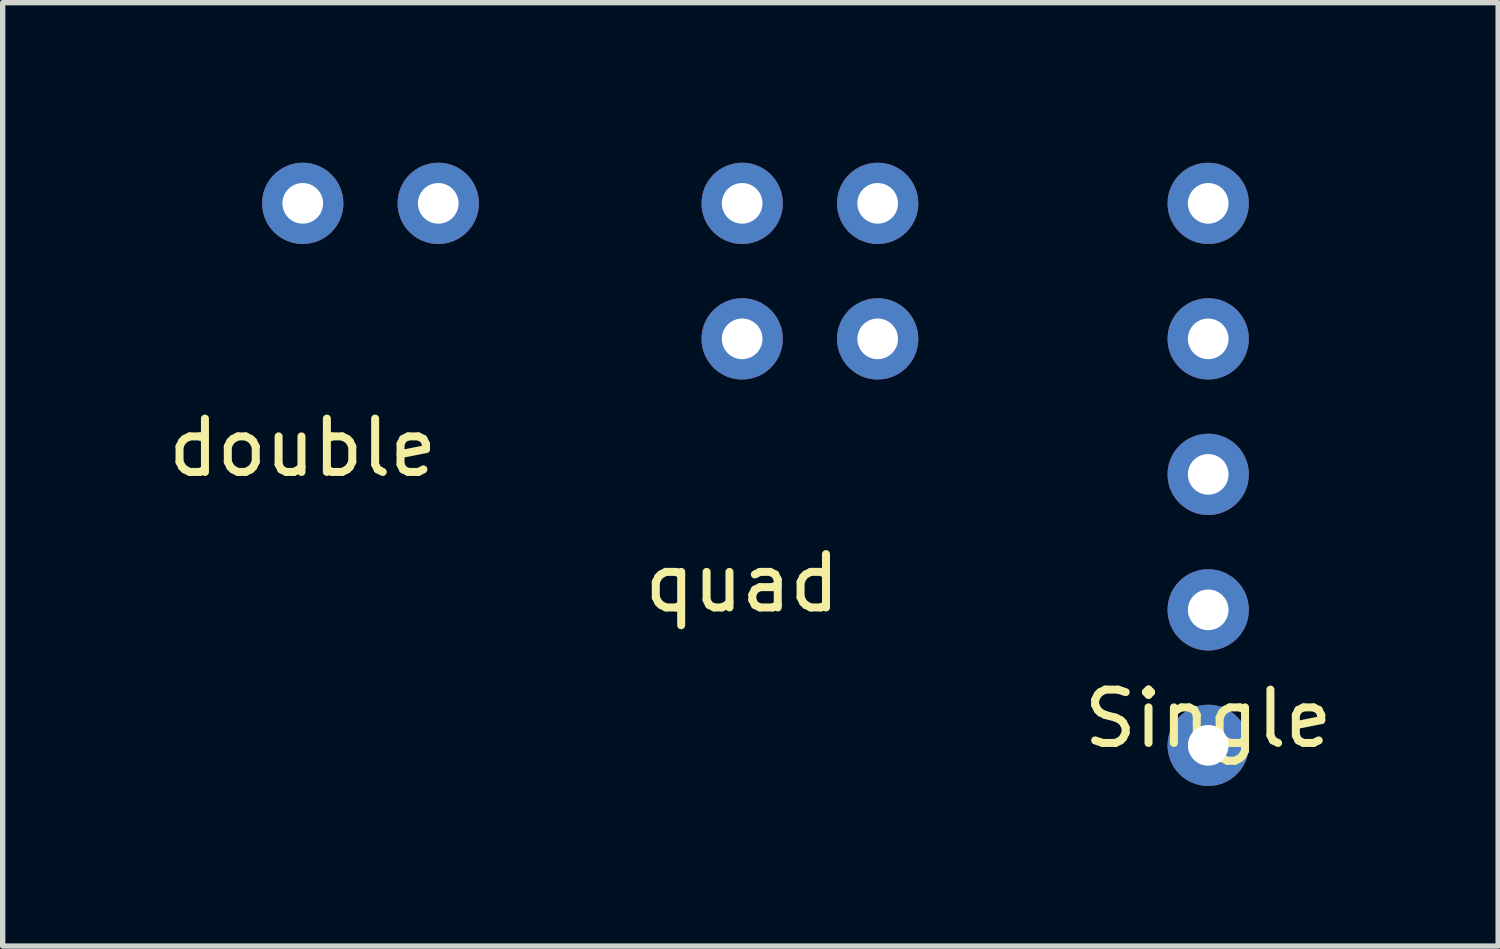
<source format=kicad_pcb>
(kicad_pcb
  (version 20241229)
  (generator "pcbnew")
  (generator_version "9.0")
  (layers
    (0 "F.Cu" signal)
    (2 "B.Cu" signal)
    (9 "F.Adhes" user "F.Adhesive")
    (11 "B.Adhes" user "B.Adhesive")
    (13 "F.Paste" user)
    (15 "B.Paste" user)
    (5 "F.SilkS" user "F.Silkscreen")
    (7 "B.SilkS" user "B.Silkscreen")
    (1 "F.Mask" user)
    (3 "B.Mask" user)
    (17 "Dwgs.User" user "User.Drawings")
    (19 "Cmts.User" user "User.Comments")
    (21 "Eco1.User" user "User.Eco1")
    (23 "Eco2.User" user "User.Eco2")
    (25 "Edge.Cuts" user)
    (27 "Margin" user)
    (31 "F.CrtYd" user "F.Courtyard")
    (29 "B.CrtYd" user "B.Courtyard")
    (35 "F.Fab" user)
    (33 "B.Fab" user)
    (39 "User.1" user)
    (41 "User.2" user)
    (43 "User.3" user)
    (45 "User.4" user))
  (footprint "quad"
    (layer "F.Cu")
    (at 10.862 8.382)
    (property "Reference" "quad" (at 0 -0.5 0) (unlocked yes) (layer "F.SilkS") (effects (font (size 1 1) (thickness 0.15))))
    (attr through_hole)
    (pad "1" thru_hole circle (at 0 -5.08 90) (size 1.524 1.524) (drill 0.762) (layers "*.Cu" "*.Mask"))
    (pad "1" thru_hole circle (at 2.54 -5.08 90) (size 1.524 1.524) (drill 0.762) (layers "*.Cu" "*.Mask"))
    (pad "2" thru_hole circle (at 0 -7.62 90) (size 1.524 1.524) (drill 0.762) (layers "*.Cu" "*.Mask"))
    (pad "2" thru_hole circle (at 2.54 -7.62 90) (size 1.524 1.524) (drill 0.762) (layers "*.Cu" "*.Mask")))
  (footprint "Single"
    (layer "F.Cu")
    (at 19.598 10.922)
    (property "Reference" "Single" (at 0 -0.5 0) (unlocked yes) (layer "F.SilkS") (effects (font (size 1 1) (thickness 0.15))))
    (attr through_hole)
    (pad "1" thru_hole circle (at 0 0 90) (size 1.524 1.524) (drill 0.762) (layers "*.Cu" "*.Mask"))
    (pad "2" thru_hole circle (at 0 -2.54 90) (size 1.524 1.524) (drill 0.762) (layers "*.Cu" "*.Mask"))
    (pad "3" thru_hole circle (at 0 -5.08 90) (size 1.524 1.524) (drill 0.762) (layers "*.Cu" "*.Mask"))
    (pad "4" thru_hole circle (at 0 -7.62 90) (size 1.524 1.524) (drill 0.762) (layers "*.Cu" "*.Mask"))
    (pad "5" thru_hole circle (at 0 -10.16 90) (size 1.524 1.524) (drill 0.762) (layers "*.Cu" "*.Mask")))
  (footprint "double"
    (layer "F.Cu")
    (at 2.625 5.842)
    (property "Reference" "double" (at 0 -0.5 0) (unlocked yes) (layer "F.SilkS") (effects (font (size 1 1) (thickness 0.15))))
    (attr through_hole)
    (pad "1" thru_hole circle (at 0 -5.08 90) (size 1.524 1.524) (drill 0.762) (layers "*.Cu" "*.Mask"))
    (pad "1" thru_hole circle (at 2.54 -5.08 90) (size 1.524 1.524) (drill 0.762) (layers "*.Cu" "*.Mask")))
  (gr_rect
    (start -3 -3)
    (end 25.033 14.684)
    (stroke (width 0.1) (type default))
    (fill no)
    (layer "Edge.Cuts")))
</source>
